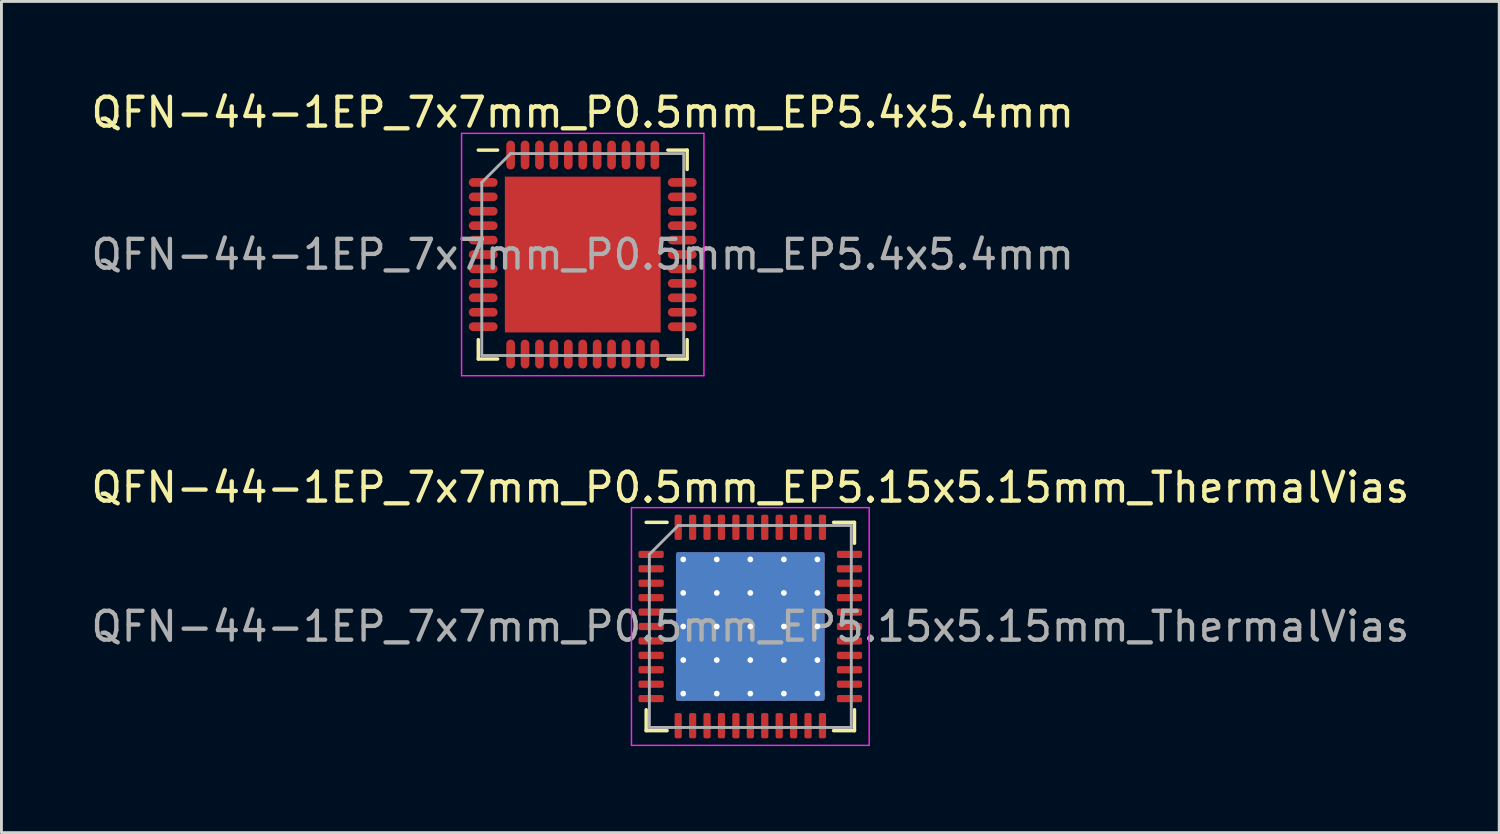
<source format=kicad_pcb>
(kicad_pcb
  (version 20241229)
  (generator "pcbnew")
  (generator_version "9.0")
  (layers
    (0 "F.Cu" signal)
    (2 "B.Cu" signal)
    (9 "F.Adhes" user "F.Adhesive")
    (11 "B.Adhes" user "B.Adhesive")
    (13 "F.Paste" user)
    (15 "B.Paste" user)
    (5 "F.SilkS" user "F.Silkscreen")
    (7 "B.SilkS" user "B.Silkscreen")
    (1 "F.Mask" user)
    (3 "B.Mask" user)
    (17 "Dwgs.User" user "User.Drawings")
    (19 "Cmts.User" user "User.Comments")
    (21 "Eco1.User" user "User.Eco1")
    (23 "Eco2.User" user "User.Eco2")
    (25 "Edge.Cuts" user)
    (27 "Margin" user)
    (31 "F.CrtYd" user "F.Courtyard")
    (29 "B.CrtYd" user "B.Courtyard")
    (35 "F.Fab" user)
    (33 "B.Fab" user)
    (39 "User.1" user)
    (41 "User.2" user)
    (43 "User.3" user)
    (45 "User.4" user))
  (footprint "QFN-44-1EP_7x7mm_P0.5mm_EP5.15x5.15mm_ThermalVias"
    (layer "F.Cu")
    (at 22.958 18.666)
    (property "Reference" "QFN-44-1EP_7x7mm_P0.5mm_EP5.15x5.15mm_ThermalVias" (at 0 -4.82 0) (layer "F.SilkS") (effects (font (size 1 1) (thickness 0.15))))
    (attr smd)
    (fp_line (start -3.61 3.61) (end -3.61 2.885) (stroke (width 0.12) (type solid)) (layer "F.SilkS"))
    (fp_line (start -2.885 -3.61) (end -3.61 -3.61) (stroke (width 0.12) (type solid)) (layer "F.SilkS"))
    (fp_line (start -2.885 3.61) (end -3.61 3.61) (stroke (width 0.12) (type solid)) (layer "F.SilkS"))
    (fp_line (start 2.885 -3.61) (end 3.61 -3.61) (stroke (width 0.12) (type solid)) (layer "F.SilkS"))
    (fp_line (start 2.885 3.61) (end 3.61 3.61) (stroke (width 0.12) (type solid)) (layer "F.SilkS"))
    (fp_line (start 3.61 -3.61) (end 3.61 -2.885) (stroke (width 0.12) (type solid)) (layer "F.SilkS"))
    (fp_line (start 3.61 3.61) (end 3.61 2.885) (stroke (width 0.12) (type solid)) (layer "F.SilkS"))
    (fp_line (start -4.12 -4.12) (end -4.12 4.12) (stroke (width 0.05) (type solid)) (layer "F.CrtYd"))
    (fp_line (start -4.12 4.12) (end 4.12 4.12) (stroke (width 0.05) (type solid)) (layer "F.CrtYd"))
    (fp_line (start 4.12 -4.12) (end -4.12 -4.12) (stroke (width 0.05) (type solid)) (layer "F.CrtYd"))
    (fp_line (start 4.12 4.12) (end 4.12 -4.12) (stroke (width 0.05) (type solid)) (layer "F.CrtYd"))
    (fp_line (start -3.5 -2.5) (end -2.5 -3.5) (stroke (width 0.1) (type solid)) (layer "F.Fab"))
    (fp_line (start -3.5 3.5) (end -3.5 -2.5) (stroke (width 0.1) (type solid)) (layer "F.Fab"))
    (fp_line (start -2.5 -3.5) (end 3.5 -3.5) (stroke (width 0.1) (type solid)) (layer "F.Fab"))
    (fp_line (start 3.5 -3.5) (end 3.5 3.5) (stroke (width 0.1) (type solid)) (layer "F.Fab"))
    (fp_line (start 3.5 3.5) (end -3.5 3.5) (stroke (width 0.1) (type solid)) (layer "F.Fab"))
    (fp_text user "${REFERENCE}" (at 0 0 0) (layer "F.Fab") (effects (font (size 1 1) (thickness 0.15))))
    (pad "" smd roundrect (at -1.744 -1.744) (size 0.997 0.997) (layers "F.Paste") (roundrect_rratio 0.25))
    (pad "" smd roundrect (at -1.744 -0.581) (size 0.997 0.997) (layers "F.Paste") (roundrect_rratio 0.25))
    (pad "" smd roundrect (at -1.744 0.581) (size 0.997 0.997) (layers "F.Paste") (roundrect_rratio 0.25))
    (pad "" smd roundrect (at -1.744 1.744) (size 0.997 0.997) (layers "F.Paste") (roundrect_rratio 0.25))
    (pad "" smd roundrect (at -0.581 -1.744) (size 0.997 0.997) (layers "F.Paste") (roundrect_rratio 0.25))
    (pad "" smd roundrect (at -0.581 -0.581) (size 0.997 0.997) (layers "F.Paste") (roundrect_rratio 0.25))
    (pad "" smd roundrect (at -0.581 0.581) (size 0.997 0.997) (layers "F.Paste") (roundrect_rratio 0.25))
    (pad "" smd roundrect (at -0.581 1.744) (size 0.997 0.997) (layers "F.Paste") (roundrect_rratio 0.25))
    (pad "" smd roundrect (at 0.581 -1.744) (size 0.997 0.997) (layers "F.Paste") (roundrect_rratio 0.25))
    (pad "" smd roundrect (at 0.581 -0.581) (size 0.997 0.997) (layers "F.Paste") (roundrect_rratio 0.25))
    (pad "" smd roundrect (at 0.581 0.581) (size 0.997 0.997) (layers "F.Paste") (roundrect_rratio 0.25))
    (pad "" smd roundrect (at 0.581 1.744) (size 0.997 0.997) (layers "F.Paste") (roundrect_rratio 0.25))
    (pad "" smd roundrect (at 1.744 -1.744) (size 0.997 0.997) (layers "F.Paste") (roundrect_rratio 0.25))
    (pad "" smd roundrect (at 1.744 -0.581) (size 0.997 0.997) (layers "F.Paste") (roundrect_rratio 0.25))
    (pad "" smd roundrect (at 1.744 0.581) (size 0.997 0.997) (layers "F.Paste") (roundrect_rratio 0.25))
    (pad "" smd roundrect (at 1.744 1.744) (size 0.997 0.997) (layers "F.Paste") (roundrect_rratio 0.25))
    (pad "1" smd roundrect (at -3.438 -2.5) (size 0.875 0.25) (layers "F.Cu" "F.Mask" "F.Paste") (roundrect_rratio 0.25))
    (pad "2" smd roundrect (at -3.438 -2) (size 0.875 0.25) (layers "F.Cu" "F.Mask" "F.Paste") (roundrect_rratio 0.25))
    (pad "3" smd roundrect (at -3.438 -1.5) (size 0.875 0.25) (layers "F.Cu" "F.Mask" "F.Paste") (roundrect_rratio 0.25))
    (pad "4" smd roundrect (at -3.438 -1) (size 0.875 0.25) (layers "F.Cu" "F.Mask" "F.Paste") (roundrect_rratio 0.25))
    (pad "5" smd roundrect (at -3.438 -0.5) (size 0.875 0.25) (layers "F.Cu" "F.Mask" "F.Paste") (roundrect_rratio 0.25))
    (pad "6" smd roundrect (at -3.438 0) (size 0.875 0.25) (layers "F.Cu" "F.Mask" "F.Paste") (roundrect_rratio 0.25))
    (pad "7" smd roundrect (at -3.438 0.5) (size 0.875 0.25) (layers "F.Cu" "F.Mask" "F.Paste") (roundrect_rratio 0.25))
    (pad "8" smd roundrect (at -3.438 1) (size 0.875 0.25) (layers "F.Cu" "F.Mask" "F.Paste") (roundrect_rratio 0.25))
    (pad "9" smd roundrect (at -3.438 1.5) (size 0.875 0.25) (layers "F.Cu" "F.Mask" "F.Paste") (roundrect_rratio 0.25))
    (pad "10" smd roundrect (at -3.438 2) (size 0.875 0.25) (layers "F.Cu" "F.Mask" "F.Paste") (roundrect_rratio 0.25))
    (pad "11" smd roundrect (at -3.438 2.5) (size 0.875 0.25) (layers "F.Cu" "F.Mask" "F.Paste") (roundrect_rratio 0.25))
    (pad "12" smd roundrect (at -2.5 3.438) (size 0.25 0.875) (layers "F.Cu" "F.Mask" "F.Paste") (roundrect_rratio 0.25))
    (pad "13" smd roundrect (at -2 3.438) (size 0.25 0.875) (layers "F.Cu" "F.Mask" "F.Paste") (roundrect_rratio 0.25))
    (pad "14" smd roundrect (at -1.5 3.438) (size 0.25 0.875) (layers "F.Cu" "F.Mask" "F.Paste") (roundrect_rratio 0.25))
    (pad "15" smd roundrect (at -1 3.438) (size 0.25 0.875) (layers "F.Cu" "F.Mask" "F.Paste") (roundrect_rratio 0.25))
    (pad "16" smd roundrect (at -0.5 3.438) (size 0.25 0.875) (layers "F.Cu" "F.Mask" "F.Paste") (roundrect_rratio 0.25))
    (pad "17" smd roundrect (at 0 3.438) (size 0.25 0.875) (layers "F.Cu" "F.Mask" "F.Paste") (roundrect_rratio 0.25))
    (pad "18" smd roundrect (at 0.5 3.438) (size 0.25 0.875) (layers "F.Cu" "F.Mask" "F.Paste") (roundrect_rratio 0.25))
    (pad "19" smd roundrect (at 1 3.438) (size 0.25 0.875) (layers "F.Cu" "F.Mask" "F.Paste") (roundrect_rratio 0.25))
    (pad "20" smd roundrect (at 1.5 3.438) (size 0.25 0.875) (layers "F.Cu" "F.Mask" "F.Paste") (roundrect_rratio 0.25))
    (pad "21" smd roundrect (at 2 3.438) (size 0.25 0.875) (layers "F.Cu" "F.Mask" "F.Paste") (roundrect_rratio 0.25))
    (pad "22" smd roundrect (at 2.5 3.438) (size 0.25 0.875) (layers "F.Cu" "F.Mask" "F.Paste") (roundrect_rratio 0.25))
    (pad "23" smd roundrect (at 3.438 2.5) (size 0.875 0.25) (layers "F.Cu" "F.Mask" "F.Paste") (roundrect_rratio 0.25))
    (pad "24" smd roundrect (at 3.438 2) (size 0.875 0.25) (layers "F.Cu" "F.Mask" "F.Paste") (roundrect_rratio 0.25))
    (pad "25" smd roundrect (at 3.438 1.5) (size 0.875 0.25) (layers "F.Cu" "F.Mask" "F.Paste") (roundrect_rratio 0.25))
    (pad "26" smd roundrect (at 3.438 1) (size 0.875 0.25) (layers "F.Cu" "F.Mask" "F.Paste") (roundrect_rratio 0.25))
    (pad "27" smd roundrect (at 3.438 0.5) (size 0.875 0.25) (layers "F.Cu" "F.Mask" "F.Paste") (roundrect_rratio 0.25))
    (pad "28" smd roundrect (at 3.438 0) (size 0.875 0.25) (layers "F.Cu" "F.Mask" "F.Paste") (roundrect_rratio 0.25))
    (pad "29" smd roundrect (at 3.438 -0.5) (size 0.875 0.25) (layers "F.Cu" "F.Mask" "F.Paste") (roundrect_rratio 0.25))
    (pad "30" smd roundrect (at 3.438 -1) (size 0.875 0.25) (layers "F.Cu" "F.Mask" "F.Paste") (roundrect_rratio 0.25))
    (pad "31" smd roundrect (at 3.438 -1.5) (size 0.875 0.25) (layers "F.Cu" "F.Mask" "F.Paste") (roundrect_rratio 0.25))
    (pad "32" smd roundrect (at 3.438 -2) (size 0.875 0.25) (layers "F.Cu" "F.Mask" "F.Paste") (roundrect_rratio 0.25))
    (pad "33" smd roundrect (at 3.438 -2.5) (size 0.875 0.25) (layers "F.Cu" "F.Mask" "F.Paste") (roundrect_rratio 0.25))
    (pad "34" smd roundrect (at 2.5 -3.438) (size 0.25 0.875) (layers "F.Cu" "F.Mask" "F.Paste") (roundrect_rratio 0.25))
    (pad "35" smd roundrect (at 2 -3.438) (size 0.25 0.875) (layers "F.Cu" "F.Mask" "F.Paste") (roundrect_rratio 0.25))
    (pad "36" smd roundrect (at 1.5 -3.438) (size 0.25 0.875) (layers "F.Cu" "F.Mask" "F.Paste") (roundrect_rratio 0.25))
    (pad "37" smd roundrect (at 1 -3.438) (size 0.25 0.875) (layers "F.Cu" "F.Mask" "F.Paste") (roundrect_rratio 0.25))
    (pad "38" smd roundrect (at 0.5 -3.438) (size 0.25 0.875) (layers "F.Cu" "F.Mask" "F.Paste") (roundrect_rratio 0.25))
    (pad "39" smd roundrect (at 0 -3.438) (size 0.25 0.875) (layers "F.Cu" "F.Mask" "F.Paste") (roundrect_rratio 0.25))
    (pad "40" smd roundrect (at -0.5 -3.438) (size 0.25 0.875) (layers "F.Cu" "F.Mask" "F.Paste") (roundrect_rratio 0.25))
    (pad "41" smd roundrect (at -1 -3.438) (size 0.25 0.875) (layers "F.Cu" "F.Mask" "F.Paste") (roundrect_rratio 0.25))
    (pad "42" smd roundrect (at -1.5 -3.438) (size 0.25 0.875) (layers "F.Cu" "F.Mask" "F.Paste") (roundrect_rratio 0.25))
    (pad "43" smd roundrect (at -2 -3.438) (size 0.25 0.875) (layers "F.Cu" "F.Mask" "F.Paste") (roundrect_rratio 0.25))
    (pad "44" smd roundrect (at -2.5 -3.438) (size 0.25 0.875) (layers "F.Cu" "F.Mask" "F.Paste") (roundrect_rratio 0.25))
    (pad "45" thru_hole circle (at -2.325 -2.325) (size 0.5 0.5) (drill 0.2) (layers "*.Cu"))
    (pad "45" thru_hole circle (at -2.325 -1.163) (size 0.5 0.5) (drill 0.2) (layers "*.Cu"))
    (pad "45" thru_hole circle (at -2.325 0) (size 0.5 0.5) (drill 0.2) (layers "*.Cu"))
    (pad "45" thru_hole circle (at -2.325 1.163) (size 0.5 0.5) (drill 0.2) (layers "*.Cu"))
    (pad "45" thru_hole circle (at -2.325 2.325) (size 0.5 0.5) (drill 0.2) (layers "*.Cu"))
    (pad "45" thru_hole circle (at -1.163 -2.325) (size 0.5 0.5) (drill 0.2) (layers "*.Cu"))
    (pad "45" thru_hole circle (at -1.163 -1.163) (size 0.5 0.5) (drill 0.2) (layers "*.Cu"))
    (pad "45" thru_hole circle (at -1.163 0) (size 0.5 0.5) (drill 0.2) (layers "*.Cu"))
    (pad "45" thru_hole circle (at -1.163 1.163) (size 0.5 0.5) (drill 0.2) (layers "*.Cu"))
    (pad "45" thru_hole circle (at -1.163 2.325) (size 0.5 0.5) (drill 0.2) (layers "*.Cu"))
    (pad "45" thru_hole circle (at 0 -2.325) (size 0.5 0.5) (drill 0.2) (layers "*.Cu"))
    (pad "45" thru_hole circle (at 0 -1.163) (size 0.5 0.5) (drill 0.2) (layers "*.Cu"))
    (pad "45" thru_hole circle (at 0 0) (size 0.5 0.5) (drill 0.2) (layers "*.Cu"))
    (pad "45" smd roundrect (at 0 0) (size 5.15 5.15) (layers "F.Cu" "F.Mask") (roundrect_rratio 0.012))
    (pad "45" smd roundrect (at 0 0) (size 5.15 5.15) (layers "B.Cu") (roundrect_rratio 0.012))
    (pad "45" thru_hole circle (at 0 1.163) (size 0.5 0.5) (drill 0.2) (layers "*.Cu"))
    (pad "45" thru_hole circle (at 0 2.325) (size 0.5 0.5) (drill 0.2) (layers "*.Cu"))
    (pad "45" thru_hole circle (at 1.163 -2.325) (size 0.5 0.5) (drill 0.2) (layers "*.Cu"))
    (pad "45" thru_hole circle (at 1.163 -1.163) (size 0.5 0.5) (drill 0.2) (layers "*.Cu"))
    (pad "45" thru_hole circle (at 1.163 0) (size 0.5 0.5) (drill 0.2) (layers "*.Cu"))
    (pad "45" thru_hole circle (at 1.163 1.163) (size 0.5 0.5) (drill 0.2) (layers "*.Cu"))
    (pad "45" thru_hole circle (at 1.163 2.325) (size 0.5 0.5) (drill 0.2) (layers "*.Cu"))
    (pad "45" thru_hole circle (at 2.325 -2.325) (size 0.5 0.5) (drill 0.2) (layers "*.Cu"))
    (pad "45" thru_hole circle (at 2.325 -1.163) (size 0.5 0.5) (drill 0.2) (layers "*.Cu"))
    (pad "45" thru_hole circle (at 2.325 0) (size 0.5 0.5) (drill 0.2) (layers "*.Cu"))
    (pad "45" thru_hole circle (at 2.325 1.163) (size 0.5 0.5) (drill 0.2) (layers "*.Cu"))
    (pad "45" thru_hole circle (at 2.325 2.325) (size 0.5 0.5) (drill 0.2) (layers "*.Cu")))
  (footprint "QFN-44-1EP_7x7mm_P0.5mm_EP5.4x5.4mm"
    (layer "F.Cu")
    (at 17.149 5.773)
    (property "Reference" "QFN-44-1EP_7x7mm_P0.5mm_EP5.4x5.4mm" (at 0 -4.925 0) (layer "F.SilkS") (effects (font (size 1 1) (thickness 0.15))))
    (attr smd)
    (fp_line (start -3.62 -3.62) (end -2.95 -3.62) (stroke (width 0.12) (type solid)) (layer "F.SilkS"))
    (fp_line (start -3.62 3.62) (end -3.62 2.95) (stroke (width 0.12) (type solid)) (layer "F.SilkS"))
    (fp_line (start -3.62 3.62) (end -2.95 3.62) (stroke (width 0.12) (type solid)) (layer "F.SilkS"))
    (fp_line (start 3.62 -3.62) (end 2.95 -3.62) (stroke (width 0.12) (type solid)) (layer "F.SilkS"))
    (fp_line (start 3.62 -3.62) (end 3.62 -2.95) (stroke (width 0.12) (type solid)) (layer "F.SilkS"))
    (fp_line (start 3.62 3.62) (end 2.95 3.62) (stroke (width 0.12) (type solid)) (layer "F.SilkS"))
    (fp_line (start 3.62 3.62) (end 3.62 2.95) (stroke (width 0.12) (type solid)) (layer "F.SilkS"))
    (fp_line (start -4.2 -4.2) (end -4.2 4.2) (stroke (width 0.05) (type solid)) (layer "F.CrtYd"))
    (fp_line (start -4.2 -4.2) (end 4.2 -4.2) (stroke (width 0.05) (type solid)) (layer "F.CrtYd"))
    (fp_line (start -4.2 4.2) (end 4.2 4.2) (stroke (width 0.05) (type solid)) (layer "F.CrtYd"))
    (fp_line (start 4.2 -4.2) (end 4.2 4.2) (stroke (width 0.05) (type solid)) (layer "F.CrtYd"))
    (fp_line (start -3.5 -2.5) (end -2.5 -3.5) (stroke (width 0.1) (type solid)) (layer "F.Fab"))
    (fp_line (start -3.5 3.5) (end -3.5 -2.5) (stroke (width 0.1) (type solid)) (layer "F.Fab"))
    (fp_line (start -2.5 -3.5) (end 3.5 -3.5) (stroke (width 0.1) (type solid)) (layer "F.Fab"))
    (fp_line (start 3.5 -3.5) (end 3.5 3.5) (stroke (width 0.1) (type solid)) (layer "F.Fab"))
    (fp_line (start 3.5 3.5) (end -3.5 3.5) (stroke (width 0.1) (type solid)) (layer "F.Fab"))
    (fp_text user "${REFERENCE}" (at 0 0 0) (layer "F.Fab") (effects (font (size 1 1) (thickness 0.15))))
    (pad "" smd rect (at -2.06 -2.06) (size 0.83 0.83) (layers "F.Paste"))
    (pad "" smd rect (at -2.06 -1.03) (size 0.83 0.83) (layers "F.Paste"))
    (pad "" smd rect (at -2.06 0) (size 0.83 0.83) (layers "F.Paste"))
    (pad "" smd rect (at -2.06 1.03) (size 0.83 0.83) (layers "F.Paste"))
    (pad "" smd rect (at -2.06 2.06) (size 0.83 0.83) (layers "F.Paste"))
    (pad "" smd rect (at -1.03 -2.06) (size 0.83 0.83) (layers "F.Paste"))
    (pad "" smd rect (at -1.03 -1.03) (size 0.83 0.83) (layers "F.Paste"))
    (pad "" smd rect (at -1.03 0) (size 0.83 0.83) (layers "F.Paste"))
    (pad "" smd rect (at -1.03 1.03) (size 0.83 0.83) (layers "F.Paste"))
    (pad "" smd rect (at -1.03 2.06) (size 0.83 0.83) (layers "F.Paste"))
    (pad "" smd rect (at 0 -2.06) (size 0.83 0.83) (layers "F.Paste"))
    (pad "" smd rect (at 0 -1.03) (size 0.83 0.83) (layers "F.Paste"))
    (pad "" smd rect (at 0 0) (size 0.83 0.83) (layers "F.Paste"))
    (pad "" smd rect (at 0 1.03) (size 0.83 0.83) (layers "F.Paste"))
    (pad "" smd rect (at 0 2.06) (size 0.83 0.83) (layers "F.Paste"))
    (pad "" smd rect (at 1.03 -2.06) (size 0.83 0.83) (layers "F.Paste"))
    (pad "" smd rect (at 1.03 -1.03) (size 0.83 0.83) (layers "F.Paste"))
    (pad "" smd rect (at 1.03 0) (size 0.83 0.83) (layers "F.Paste"))
    (pad "" smd rect (at 1.03 1.03) (size 0.83 0.83) (layers "F.Paste"))
    (pad "" smd rect (at 1.03 2.06) (size 0.83 0.83) (layers "F.Paste"))
    (pad "" smd rect (at 2.06 -2.06) (size 0.83 0.83) (layers "F.Paste"))
    (pad "" smd rect (at 2.06 -1.03) (size 0.83 0.83) (layers "F.Paste"))
    (pad "" smd rect (at 2.06 0) (size 0.83 0.83) (layers "F.Paste"))
    (pad "" smd rect (at 2.06 1.03) (size 0.83 0.83) (layers "F.Paste"))
    (pad "" smd rect (at 2.06 2.06) (size 0.83 0.83) (layers "F.Paste"))
    (pad "1" smd oval (at -3.45 -2.5) (size 1 0.3) (layers "F.Cu" "F.Mask" "F.Paste"))
    (pad "2" smd oval (at -3.45 -2) (size 1 0.3) (layers "F.Cu" "F.Mask" "F.Paste"))
    (pad "3" smd oval (at -3.45 -1.5) (size 1 0.3) (layers "F.Cu" "F.Mask" "F.Paste"))
    (pad "4" smd oval (at -3.45 -1) (size 1 0.3) (layers "F.Cu" "F.Mask" "F.Paste"))
    (pad "5" smd oval (at -3.45 -0.5) (size 1 0.3) (layers "F.Cu" "F.Mask" "F.Paste"))
    (pad "6" smd oval (at -3.45 0) (size 1 0.3) (layers "F.Cu" "F.Mask" "F.Paste"))
    (pad "7" smd oval (at -3.45 0.5) (size 1 0.3) (layers "F.Cu" "F.Mask" "F.Paste"))
    (pad "8" smd oval (at -3.45 1) (size 1 0.3) (layers "F.Cu" "F.Mask" "F.Paste"))
    (pad "9" smd oval (at -3.45 1.5) (size 1 0.3) (layers "F.Cu" "F.Mask" "F.Paste"))
    (pad "10" smd oval (at -3.45 2) (size 1 0.3) (layers "F.Cu" "F.Mask" "F.Paste"))
    (pad "11" smd oval (at -3.45 2.5) (size 1 0.3) (layers "F.Cu" "F.Mask" "F.Paste"))
    (pad "12" smd oval (at -2.5 3.45 90) (size 1 0.3) (layers "F.Cu" "F.Mask" "F.Paste"))
    (pad "13" smd oval (at -2 3.45 90) (size 1 0.3) (layers "F.Cu" "F.Mask" "F.Paste"))
    (pad "14" smd oval (at -1.5 3.45 90) (size 1 0.3) (layers "F.Cu" "F.Mask" "F.Paste"))
    (pad "15" smd oval (at -1 3.45 90) (size 1 0.3) (layers "F.Cu" "F.Mask" "F.Paste"))
    (pad "16" smd oval (at -0.5 3.45 90) (size 1 0.3) (layers "F.Cu" "F.Mask" "F.Paste"))
    (pad "17" smd oval (at 0 3.45 90) (size 1 0.3) (layers "F.Cu" "F.Mask" "F.Paste"))
    (pad "18" smd oval (at 0.5 3.45 90) (size 1 0.3) (layers "F.Cu" "F.Mask" "F.Paste"))
    (pad "19" smd oval (at 1 3.45 90) (size 1 0.3) (layers "F.Cu" "F.Mask" "F.Paste"))
    (pad "20" smd oval (at 1.5 3.45 90) (size 1 0.3) (layers "F.Cu" "F.Mask" "F.Paste"))
    (pad "21" smd oval (at 2 3.45 90) (size 1 0.3) (layers "F.Cu" "F.Mask" "F.Paste"))
    (pad "22" smd oval (at 2.5 3.45 90) (size 1 0.3) (layers "F.Cu" "F.Mask" "F.Paste"))
    (pad "23" smd oval (at 3.45 2.5) (size 1 0.3) (layers "F.Cu" "F.Mask" "F.Paste"))
    (pad "24" smd oval (at 3.45 2) (size 1 0.3) (layers "F.Cu" "F.Mask" "F.Paste"))
    (pad "25" smd oval (at 3.45 1.5) (size 1 0.3) (layers "F.Cu" "F.Mask" "F.Paste"))
    (pad "26" smd oval (at 3.45 1) (size 1 0.3) (layers "F.Cu" "F.Mask" "F.Paste"))
    (pad "27" smd oval (at 3.45 0.5) (size 1 0.3) (layers "F.Cu" "F.Mask" "F.Paste"))
    (pad "28" smd oval (at 3.45 0) (size 1 0.3) (layers "F.Cu" "F.Mask" "F.Paste"))
    (pad "29" smd oval (at 3.45 -0.5) (size 1 0.3) (layers "F.Cu" "F.Mask" "F.Paste"))
    (pad "30" smd oval (at 3.45 -1) (size 1 0.3) (layers "F.Cu" "F.Mask" "F.Paste"))
    (pad "31" smd oval (at 3.45 -1.5) (size 1 0.3) (layers "F.Cu" "F.Mask" "F.Paste"))
    (pad "32" smd oval (at 3.45 -2) (size 1 0.3) (layers "F.Cu" "F.Mask" "F.Paste"))
    (pad "33" smd oval (at 3.45 -2.5) (size 1 0.3) (layers "F.Cu" "F.Mask" "F.Paste"))
    (pad "34" smd oval (at 2.5 -3.45 90) (size 1 0.3) (layers "F.Cu" "F.Mask" "F.Paste"))
    (pad "35" smd oval (at 2 -3.45 90) (size 1 0.3) (layers "F.Cu" "F.Mask" "F.Paste"))
    (pad "36" smd oval (at 1.5 -3.45 90) (size 1 0.3) (layers "F.Cu" "F.Mask" "F.Paste"))
    (pad "37" smd oval (at 1 -3.45 90) (size 1 0.3) (layers "F.Cu" "F.Mask" "F.Paste"))
    (pad "38" smd oval (at 0.5 -3.45 90) (size 1 0.3) (layers "F.Cu" "F.Mask" "F.Paste"))
    (pad "39" smd oval (at 0 -3.45 90) (size 1 0.3) (layers "F.Cu" "F.Mask" "F.Paste"))
    (pad "40" smd oval (at -0.5 -3.45 90) (size 1 0.3) (layers "F.Cu" "F.Mask" "F.Paste"))
    (pad "41" smd oval (at -1 -3.45 90) (size 1 0.3) (layers "F.Cu" "F.Mask" "F.Paste"))
    (pad "42" smd oval (at -1.5 -3.45 90) (size 1 0.3) (layers "F.Cu" "F.Mask" "F.Paste"))
    (pad "43" smd oval (at -2 -3.45 90) (size 1 0.3) (layers "F.Cu" "F.Mask" "F.Paste"))
    (pad "44" smd oval (at -2.5 -3.45 90) (size 1 0.3) (layers "F.Cu" "F.Mask" "F.Paste"))
    (pad "45" smd rect (at 0 0) (size 5.4 5.4) (layers "F.Cu" "F.Mask")))
  (gr_rect
    (start -3 -3)
    (end 48.917 25.811)
    (stroke (width 0.1) (type default))
    (fill no)
    (layer "Edge.Cuts")))
</source>
